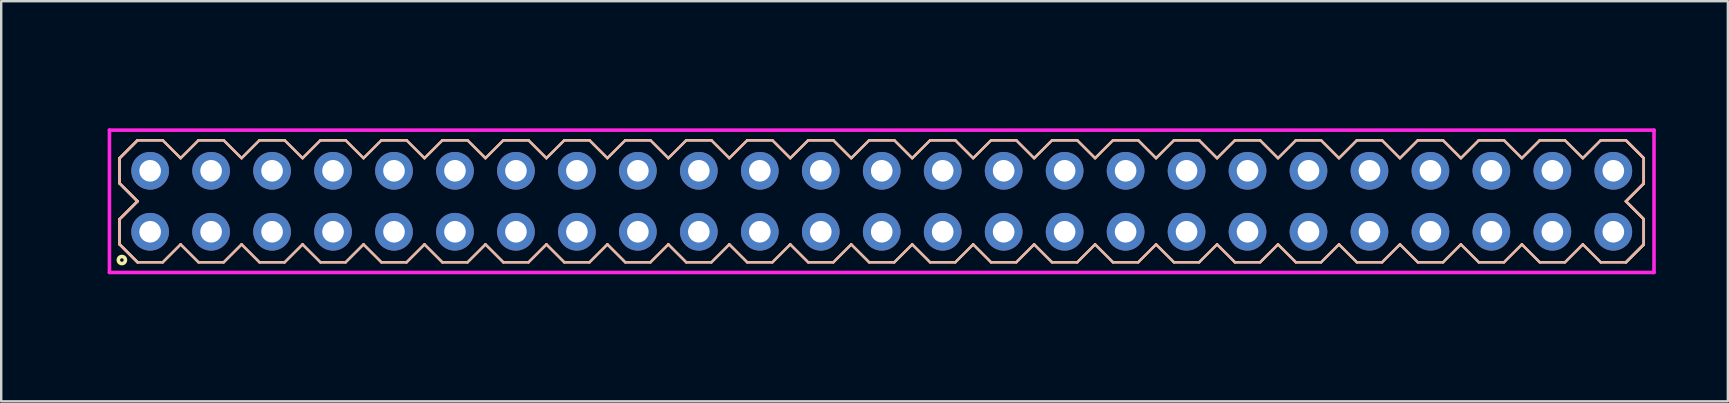
<source format=kicad_pcb>
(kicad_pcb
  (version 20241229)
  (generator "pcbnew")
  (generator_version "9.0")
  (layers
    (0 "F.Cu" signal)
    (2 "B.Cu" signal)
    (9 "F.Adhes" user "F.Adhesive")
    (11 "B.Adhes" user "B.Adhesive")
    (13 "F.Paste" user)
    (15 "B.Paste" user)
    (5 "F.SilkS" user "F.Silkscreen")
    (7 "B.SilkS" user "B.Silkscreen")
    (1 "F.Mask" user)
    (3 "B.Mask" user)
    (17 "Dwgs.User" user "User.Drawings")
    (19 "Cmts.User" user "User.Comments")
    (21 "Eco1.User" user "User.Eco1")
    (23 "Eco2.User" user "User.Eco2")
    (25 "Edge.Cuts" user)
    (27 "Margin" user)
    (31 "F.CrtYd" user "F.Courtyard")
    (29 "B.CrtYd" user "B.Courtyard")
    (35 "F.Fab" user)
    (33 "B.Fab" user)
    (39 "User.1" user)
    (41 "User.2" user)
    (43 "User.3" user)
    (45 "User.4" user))
  (footprint "HDR254P25x2"
    (layer "F.Cu")
    (at 33.685 5.336)
    (property "Reference" "HDR254P25x2" (at -32.925 0 90) (layer "User.1") (effects (font (size 1 1) (thickness 0.1))))
    (attr through_hole)
    (fp_line (start -31.75 -1.796) (end -31.006 -2.54) (stroke (width 0.1) (type solid)) (layer "F.SilkS"))
    (fp_line (start -31.75 -1.796) (end -31.006 -2.54) (stroke (width 0.1) (type solid)) (layer "F.SilkS"))
    (fp_line (start -31.75 -0.744) (end -31.75 -1.796) (stroke (width 0.1) (type solid)) (layer "F.SilkS"))
    (fp_line (start -31.75 -0.744) (end -31.75 -1.796) (stroke (width 0.1) (type solid)) (layer "F.SilkS"))
    (fp_line (start -31.75 0.744) (end -31.006 0) (stroke (width 0.1) (type solid)) (layer "F.SilkS"))
    (fp_line (start -31.75 0.744) (end -31.006 0) (stroke (width 0.1) (type solid)) (layer "F.SilkS"))
    (fp_line (start -31.75 1.796) (end -31.75 0.744) (stroke (width 0.1) (type solid)) (layer "F.SilkS"))
    (fp_line (start -31.75 1.796) (end -31.75 0.744) (stroke (width 0.1) (type solid)) (layer "F.SilkS"))
    (fp_line (start -31.006 -2.54) (end -29.954 -2.54) (stroke (width 0.1) (type solid)) (layer "F.SilkS"))
    (fp_line (start -31.006 0) (end -31.75 -0.744) (stroke (width 0.1) (type solid)) (layer "F.SilkS"))
    (fp_line (start -31.006 0) (end -31.75 -0.744) (stroke (width 0.1) (type solid)) (layer "F.SilkS"))
    (fp_line (start -31.006 2.54) (end -31.75 1.796) (stroke (width 0.1) (type solid)) (layer "F.SilkS"))
    (fp_line (start -31.006 2.54) (end -31.75 1.796) (stroke (width 0.1) (type solid)) (layer "F.SilkS"))
    (fp_line (start -29.954 -2.54) (end -29.21 -1.796) (stroke (width 0.1) (type solid)) (layer "F.SilkS"))
    (fp_line (start -29.954 2.54) (end -31.006 2.54) (stroke (width 0.1) (type solid)) (layer "F.SilkS"))
    (fp_line (start -29.21 -1.796) (end -28.466 -2.54) (stroke (width 0.1) (type solid)) (layer "F.SilkS"))
    (fp_line (start -29.21 1.796) (end -29.954 2.54) (stroke (width 0.1) (type solid)) (layer "F.SilkS"))
    (fp_line (start -28.466 -2.54) (end -27.414 -2.54) (stroke (width 0.1) (type solid)) (layer "F.SilkS"))
    (fp_line (start -28.466 2.54) (end -29.21 1.796) (stroke (width 0.1) (type solid)) (layer "F.SilkS"))
    (fp_line (start -27.414 -2.54) (end -26.67 -1.796) (stroke (width 0.1) (type solid)) (layer "F.SilkS"))
    (fp_line (start -27.414 2.54) (end -28.466 2.54) (stroke (width 0.1) (type solid)) (layer "F.SilkS"))
    (fp_line (start -26.67 -1.796) (end -25.926 -2.54) (stroke (width 0.1) (type solid)) (layer "F.SilkS"))
    (fp_line (start -26.67 1.796) (end -27.414 2.54) (stroke (width 0.1) (type solid)) (layer "F.SilkS"))
    (fp_line (start -25.926 -2.54) (end -24.874 -2.54) (stroke (width 0.1) (type solid)) (layer "F.SilkS"))
    (fp_line (start -25.926 2.54) (end -26.67 1.796) (stroke (width 0.1) (type solid)) (layer "F.SilkS"))
    (fp_line (start -24.874 -2.54) (end -24.13 -1.796) (stroke (width 0.1) (type solid)) (layer "F.SilkS"))
    (fp_line (start -24.874 2.54) (end -25.926 2.54) (stroke (width 0.1) (type solid)) (layer "F.SilkS"))
    (fp_line (start -24.13 -1.796) (end -23.386 -2.54) (stroke (width 0.1) (type solid)) (layer "F.SilkS"))
    (fp_line (start -24.13 1.796) (end -24.874 2.54) (stroke (width 0.1) (type solid)) (layer "F.SilkS"))
    (fp_line (start -23.386 -2.54) (end -22.334 -2.54) (stroke (width 0.1) (type solid)) (layer "F.SilkS"))
    (fp_line (start -23.386 2.54) (end -24.13 1.796) (stroke (width 0.1) (type solid)) (layer "F.SilkS"))
    (fp_line (start -22.334 -2.54) (end -21.59 -1.796) (stroke (width 0.1) (type solid)) (layer "F.SilkS"))
    (fp_line (start -22.334 2.54) (end -23.386 2.54) (stroke (width 0.1) (type solid)) (layer "F.SilkS"))
    (fp_line (start -21.59 -1.796) (end -20.846 -2.54) (stroke (width 0.1) (type solid)) (layer "F.SilkS"))
    (fp_line (start -21.59 1.796) (end -22.334 2.54) (stroke (width 0.1) (type solid)) (layer "F.SilkS"))
    (fp_line (start -20.846 -2.54) (end -19.794 -2.54) (stroke (width 0.1) (type solid)) (layer "F.SilkS"))
    (fp_line (start -20.846 2.54) (end -21.59 1.796) (stroke (width 0.1) (type solid)) (layer "F.SilkS"))
    (fp_line (start -19.794 -2.54) (end -19.05 -1.796) (stroke (width 0.1) (type solid)) (layer "F.SilkS"))
    (fp_line (start -19.794 2.54) (end -20.846 2.54) (stroke (width 0.1) (type solid)) (layer "F.SilkS"))
    (fp_line (start -19.05 -1.796) (end -18.306 -2.54) (stroke (width 0.1) (type solid)) (layer "F.SilkS"))
    (fp_line (start -19.05 1.796) (end -19.794 2.54) (stroke (width 0.1) (type solid)) (layer "F.SilkS"))
    (fp_line (start -18.306 -2.54) (end -17.254 -2.54) (stroke (width 0.1) (type solid)) (layer "F.SilkS"))
    (fp_line (start -18.306 2.54) (end -19.05 1.796) (stroke (width 0.1) (type solid)) (layer "F.SilkS"))
    (fp_line (start -17.254 -2.54) (end -16.51 -1.796) (stroke (width 0.1) (type solid)) (layer "F.SilkS"))
    (fp_line (start -17.254 2.54) (end -18.306 2.54) (stroke (width 0.1) (type solid)) (layer "F.SilkS"))
    (fp_line (start -16.51 -1.796) (end -15.766 -2.54) (stroke (width 0.1) (type solid)) (layer "F.SilkS"))
    (fp_line (start -16.51 1.796) (end -17.254 2.54) (stroke (width 0.1) (type solid)) (layer "F.SilkS"))
    (fp_line (start -15.766 -2.54) (end -14.714 -2.54) (stroke (width 0.1) (type solid)) (layer "F.SilkS"))
    (fp_line (start -15.766 2.54) (end -16.51 1.796) (stroke (width 0.1) (type solid)) (layer "F.SilkS"))
    (fp_line (start -14.714 -2.54) (end -13.97 -1.796) (stroke (width 0.1) (type solid)) (layer "F.SilkS"))
    (fp_line (start -14.714 2.54) (end -15.766 2.54) (stroke (width 0.1) (type solid)) (layer "F.SilkS"))
    (fp_line (start -13.97 -1.796) (end -13.226 -2.54) (stroke (width 0.1) (type solid)) (layer "F.SilkS"))
    (fp_line (start -13.97 1.796) (end -14.714 2.54) (stroke (width 0.1) (type solid)) (layer "F.SilkS"))
    (fp_line (start -13.226 -2.54) (end -12.174 -2.54) (stroke (width 0.1) (type solid)) (layer "F.SilkS"))
    (fp_line (start -13.226 2.54) (end -13.97 1.796) (stroke (width 0.1) (type solid)) (layer "F.SilkS"))
    (fp_line (start -12.174 -2.54) (end -11.43 -1.796) (stroke (width 0.1) (type solid)) (layer "F.SilkS"))
    (fp_line (start -12.174 2.54) (end -13.226 2.54) (stroke (width 0.1) (type solid)) (layer "F.SilkS"))
    (fp_line (start -11.43 -1.796) (end -10.686 -2.54) (stroke (width 0.1) (type solid)) (layer "F.SilkS"))
    (fp_line (start -11.43 1.796) (end -12.174 2.54) (stroke (width 0.1) (type solid)) (layer "F.SilkS"))
    (fp_line (start -10.686 -2.54) (end -9.634 -2.54) (stroke (width 0.1) (type solid)) (layer "F.SilkS"))
    (fp_line (start -10.686 2.54) (end -11.43 1.796) (stroke (width 0.1) (type solid)) (layer "F.SilkS"))
    (fp_line (start -9.634 -2.54) (end -8.89 -1.796) (stroke (width 0.1) (type solid)) (layer "F.SilkS"))
    (fp_line (start -9.634 2.54) (end -10.686 2.54) (stroke (width 0.1) (type solid)) (layer "F.SilkS"))
    (fp_line (start -8.89 -1.796) (end -8.146 -2.54) (stroke (width 0.1) (type solid)) (layer "F.SilkS"))
    (fp_line (start -8.89 1.796) (end -9.634 2.54) (stroke (width 0.1) (type solid)) (layer "F.SilkS"))
    (fp_line (start -8.146 -2.54) (end -7.094 -2.54) (stroke (width 0.1) (type solid)) (layer "F.SilkS"))
    (fp_line (start -8.146 2.54) (end -8.89 1.796) (stroke (width 0.1) (type solid)) (layer "F.SilkS"))
    (fp_line (start -7.094 -2.54) (end -6.35 -1.796) (stroke (width 0.1) (type solid)) (layer "F.SilkS"))
    (fp_line (start -7.094 2.54) (end -8.146 2.54) (stroke (width 0.1) (type solid)) (layer "F.SilkS"))
    (fp_line (start -6.35 -1.796) (end -5.606 -2.54) (stroke (width 0.1) (type solid)) (layer "F.SilkS"))
    (fp_line (start -6.35 1.796) (end -7.094 2.54) (stroke (width 0.1) (type solid)) (layer "F.SilkS"))
    (fp_line (start -5.606 -2.54) (end -4.554 -2.54) (stroke (width 0.1) (type solid)) (layer "F.SilkS"))
    (fp_line (start -5.606 2.54) (end -6.35 1.796) (stroke (width 0.1) (type solid)) (layer "F.SilkS"))
    (fp_line (start -4.554 -2.54) (end -3.81 -1.796) (stroke (width 0.1) (type solid)) (layer "F.SilkS"))
    (fp_line (start -4.554 2.54) (end -5.606 2.54) (stroke (width 0.1) (type solid)) (layer "F.SilkS"))
    (fp_line (start -3.81 -1.796) (end -3.066 -2.54) (stroke (width 0.1) (type solid)) (layer "F.SilkS"))
    (fp_line (start -3.81 1.796) (end -4.554 2.54) (stroke (width 0.1) (type solid)) (layer "F.SilkS"))
    (fp_line (start -3.066 -2.54) (end -2.014 -2.54) (stroke (width 0.1) (type solid)) (layer "F.SilkS"))
    (fp_line (start -3.066 2.54) (end -3.81 1.796) (stroke (width 0.1) (type solid)) (layer "F.SilkS"))
    (fp_line (start -2.014 -2.54) (end -1.27 -1.796) (stroke (width 0.1) (type solid)) (layer "F.SilkS"))
    (fp_line (start -2.014 2.54) (end -3.066 2.54) (stroke (width 0.1) (type solid)) (layer "F.SilkS"))
    (fp_line (start -1.27 -1.796) (end -0.526 -2.54) (stroke (width 0.1) (type solid)) (layer "F.SilkS"))
    (fp_line (start -1.27 1.796) (end -2.014 2.54) (stroke (width 0.1) (type solid)) (layer "F.SilkS"))
    (fp_line (start -0.526 -2.54) (end 0.526 -2.54) (stroke (width 0.1) (type solid)) (layer "F.SilkS"))
    (fp_line (start -0.526 2.54) (end -1.27 1.796) (stroke (width 0.1) (type solid)) (layer "F.SilkS"))
    (fp_line (start 0.526 -2.54) (end 1.27 -1.796) (stroke (width 0.1) (type solid)) (layer "F.SilkS"))
    (fp_line (start 0.526 2.54) (end -0.526 2.54) (stroke (width 0.1) (type solid)) (layer "F.SilkS"))
    (fp_line (start 1.27 -1.796) (end 2.014 -2.54) (stroke (width 0.1) (type solid)) (layer "F.SilkS"))
    (fp_line (start 1.27 1.796) (end 0.526 2.54) (stroke (width 0.1) (type solid)) (layer "F.SilkS"))
    (fp_line (start 2.014 -2.54) (end 3.066 -2.54) (stroke (width 0.1) (type solid)) (layer "F.SilkS"))
    (fp_line (start 2.014 2.54) (end 1.27 1.796) (stroke (width 0.1) (type solid)) (layer "F.SilkS"))
    (fp_line (start 3.066 -2.54) (end 3.81 -1.796) (stroke (width 0.1) (type solid)) (layer "F.SilkS"))
    (fp_line (start 3.066 2.54) (end 2.014 2.54) (stroke (width 0.1) (type solid)) (layer "F.SilkS"))
    (fp_line (start 3.81 -1.796) (end 4.554 -2.54) (stroke (width 0.1) (type solid)) (layer "F.SilkS"))
    (fp_line (start 3.81 1.796) (end 3.066 2.54) (stroke (width 0.1) (type solid)) (layer "F.SilkS"))
    (fp_line (start 4.554 -2.54) (end 5.606 -2.54) (stroke (width 0.1) (type solid)) (layer "F.SilkS"))
    (fp_line (start 4.554 2.54) (end 3.81 1.796) (stroke (width 0.1) (type solid)) (layer "F.SilkS"))
    (fp_line (start 5.606 -2.54) (end 6.35 -1.796) (stroke (width 0.1) (type solid)) (layer "F.SilkS"))
    (fp_line (start 5.606 2.54) (end 4.554 2.54) (stroke (width 0.1) (type solid)) (layer "F.SilkS"))
    (fp_line (start 6.35 -1.796) (end 7.094 -2.54) (stroke (width 0.1) (type solid)) (layer "F.SilkS"))
    (fp_line (start 6.35 1.796) (end 5.606 2.54) (stroke (width 0.1) (type solid)) (layer "F.SilkS"))
    (fp_line (start 7.094 -2.54) (end 8.146 -2.54) (stroke (width 0.1) (type solid)) (layer "F.SilkS"))
    (fp_line (start 7.094 2.54) (end 6.35 1.796) (stroke (width 0.1) (type solid)) (layer "F.SilkS"))
    (fp_line (start 8.146 -2.54) (end 8.89 -1.796) (stroke (width 0.1) (type solid)) (layer "F.SilkS"))
    (fp_line (start 8.146 2.54) (end 7.094 2.54) (stroke (width 0.1) (type solid)) (layer "F.SilkS"))
    (fp_line (start 8.89 -1.796) (end 9.634 -2.54) (stroke (width 0.1) (type solid)) (layer "F.SilkS"))
    (fp_line (start 8.89 1.796) (end 8.146 2.54) (stroke (width 0.1) (type solid)) (layer "F.SilkS"))
    (fp_line (start 9.634 -2.54) (end 10.686 -2.54) (stroke (width 0.1) (type solid)) (layer "F.SilkS"))
    (fp_line (start 9.634 2.54) (end 8.89 1.796) (stroke (width 0.1) (type solid)) (layer "F.SilkS"))
    (fp_line (start 10.686 -2.54) (end 11.43 -1.796) (stroke (width 0.1) (type solid)) (layer "F.SilkS"))
    (fp_line (start 10.686 2.54) (end 9.634 2.54) (stroke (width 0.1) (type solid)) (layer "F.SilkS"))
    (fp_line (start 11.43 -1.796) (end 12.174 -2.54) (stroke (width 0.1) (type solid)) (layer "F.SilkS"))
    (fp_line (start 11.43 1.796) (end 10.686 2.54) (stroke (width 0.1) (type solid)) (layer "F.SilkS"))
    (fp_line (start 12.174 -2.54) (end 13.226 -2.54) (stroke (width 0.1) (type solid)) (layer "F.SilkS"))
    (fp_line (start 12.174 2.54) (end 11.43 1.796) (stroke (width 0.1) (type solid)) (layer "F.SilkS"))
    (fp_line (start 13.226 -2.54) (end 13.97 -1.796) (stroke (width 0.1) (type solid)) (layer "F.SilkS"))
    (fp_line (start 13.226 2.54) (end 12.174 2.54) (stroke (width 0.1) (type solid)) (layer "F.SilkS"))
    (fp_line (start 13.97 -1.796) (end 14.714 -2.54) (stroke (width 0.1) (type solid)) (layer "F.SilkS"))
    (fp_line (start 13.97 1.796) (end 13.226 2.54) (stroke (width 0.1) (type solid)) (layer "F.SilkS"))
    (fp_line (start 14.714 -2.54) (end 15.766 -2.54) (stroke (width 0.1) (type solid)) (layer "F.SilkS"))
    (fp_line (start 14.714 2.54) (end 13.97 1.796) (stroke (width 0.1) (type solid)) (layer "F.SilkS"))
    (fp_line (start 15.766 -2.54) (end 16.51 -1.796) (stroke (width 0.1) (type solid)) (layer "F.SilkS"))
    (fp_line (start 15.766 2.54) (end 14.714 2.54) (stroke (width 0.1) (type solid)) (layer "F.SilkS"))
    (fp_line (start 16.51 -1.796) (end 17.254 -2.54) (stroke (width 0.1) (type solid)) (layer "F.SilkS"))
    (fp_line (start 16.51 1.796) (end 15.766 2.54) (stroke (width 0.1) (type solid)) (layer "F.SilkS"))
    (fp_line (start 17.254 -2.54) (end 18.306 -2.54) (stroke (width 0.1) (type solid)) (layer "F.SilkS"))
    (fp_line (start 17.254 2.54) (end 16.51 1.796) (stroke (width 0.1) (type solid)) (layer "F.SilkS"))
    (fp_line (start 18.306 -2.54) (end 19.05 -1.796) (stroke (width 0.1) (type solid)) (layer "F.SilkS"))
    (fp_line (start 18.306 2.54) (end 17.254 2.54) (stroke (width 0.1) (type solid)) (layer "F.SilkS"))
    (fp_line (start 19.05 -1.796) (end 19.794 -2.54) (stroke (width 0.1) (type solid)) (layer "F.SilkS"))
    (fp_line (start 19.05 1.796) (end 18.306 2.54) (stroke (width 0.1) (type solid)) (layer "F.SilkS"))
    (fp_line (start 19.794 -2.54) (end 20.846 -2.54) (stroke (width 0.1) (type solid)) (layer "F.SilkS"))
    (fp_line (start 19.794 2.54) (end 19.05 1.796) (stroke (width 0.1) (type solid)) (layer "F.SilkS"))
    (fp_line (start 20.846 -2.54) (end 21.59 -1.796) (stroke (width 0.1) (type solid)) (layer "F.SilkS"))
    (fp_line (start 20.846 2.54) (end 19.794 2.54) (stroke (width 0.1) (type solid)) (layer "F.SilkS"))
    (fp_line (start 21.59 -1.796) (end 22.334 -2.54) (stroke (width 0.1) (type solid)) (layer "F.SilkS"))
    (fp_line (start 21.59 1.796) (end 20.846 2.54) (stroke (width 0.1) (type solid)) (layer "F.SilkS"))
    (fp_line (start 22.334 -2.54) (end 23.386 -2.54) (stroke (width 0.1) (type solid)) (layer "F.SilkS"))
    (fp_line (start 22.334 2.54) (end 21.59 1.796) (stroke (width 0.1) (type solid)) (layer "F.SilkS"))
    (fp_line (start 23.386 -2.54) (end 24.13 -1.796) (stroke (width 0.1) (type solid)) (layer "F.SilkS"))
    (fp_line (start 23.386 2.54) (end 22.334 2.54) (stroke (width 0.1) (type solid)) (layer "F.SilkS"))
    (fp_line (start 24.13 -1.796) (end 24.874 -2.54) (stroke (width 0.1) (type solid)) (layer "F.SilkS"))
    (fp_line (start 24.13 1.796) (end 23.386 2.54) (stroke (width 0.1) (type solid)) (layer "F.SilkS"))
    (fp_line (start 24.874 -2.54) (end 25.926 -2.54) (stroke (width 0.1) (type solid)) (layer "F.SilkS"))
    (fp_line (start 24.874 2.54) (end 24.13 1.796) (stroke (width 0.1) (type solid)) (layer "F.SilkS"))
    (fp_line (start 25.926 -2.54) (end 26.67 -1.796) (stroke (width 0.1) (type solid)) (layer "F.SilkS"))
    (fp_line (start 25.926 2.54) (end 24.874 2.54) (stroke (width 0.1) (type solid)) (layer "F.SilkS"))
    (fp_line (start 26.67 -1.796) (end 27.414 -2.54) (stroke (width 0.1) (type solid)) (layer "F.SilkS"))
    (fp_line (start 26.67 1.796) (end 25.926 2.54) (stroke (width 0.1) (type solid)) (layer "F.SilkS"))
    (fp_line (start 27.414 -2.54) (end 28.466 -2.54) (stroke (width 0.1) (type solid)) (layer "F.SilkS"))
    (fp_line (start 27.414 2.54) (end 26.67 1.796) (stroke (width 0.1) (type solid)) (layer "F.SilkS"))
    (fp_line (start 28.466 -2.54) (end 29.21 -1.796) (stroke (width 0.1) (type solid)) (layer "F.SilkS"))
    (fp_line (start 28.466 2.54) (end 27.414 2.54) (stroke (width 0.1) (type solid)) (layer "F.SilkS"))
    (fp_line (start 29.21 -1.796) (end 29.954 -2.54) (stroke (width 0.1) (type solid)) (layer "F.SilkS"))
    (fp_line (start 29.21 1.796) (end 28.466 2.54) (stroke (width 0.1) (type solid)) (layer "F.SilkS"))
    (fp_line (start 29.954 -2.54) (end 31.006 -2.54) (stroke (width 0.1) (type solid)) (layer "F.SilkS"))
    (fp_line (start 29.954 2.54) (end 29.21 1.796) (stroke (width 0.1) (type solid)) (layer "F.SilkS"))
    (fp_line (start 31.006 -2.54) (end 31.75 -1.796) (stroke (width 0.1) (type solid)) (layer "F.SilkS"))
    (fp_line (start 31.006 -2.54) (end 31.75 -1.796) (stroke (width 0.1) (type solid)) (layer "F.SilkS"))
    (fp_line (start 31.006 0) (end 31.75 0.744) (stroke (width 0.1) (type solid)) (layer "F.SilkS"))
    (fp_line (start 31.006 0) (end 31.75 0.744) (stroke (width 0.1) (type solid)) (layer "F.SilkS"))
    (fp_line (start 31.006 2.54) (end 29.954 2.54) (stroke (width 0.1) (type solid)) (layer "F.SilkS"))
    (fp_line (start 31.75 -1.796) (end 31.75 -0.744) (stroke (width 0.1) (type solid)) (layer "F.SilkS"))
    (fp_line (start 31.75 -1.796) (end 31.75 -0.744) (stroke (width 0.1) (type solid)) (layer "F.SilkS"))
    (fp_line (start 31.75 -0.744) (end 31.006 0) (stroke (width 0.1) (type solid)) (layer "F.SilkS"))
    (fp_line (start 31.75 -0.744) (end 31.006 0) (stroke (width 0.1) (type solid)) (layer "F.SilkS"))
    (fp_line (start 31.75 0.744) (end 31.75 1.796) (stroke (width 0.1) (type solid)) (layer "F.SilkS"))
    (fp_line (start 31.75 0.744) (end 31.75 1.796) (stroke (width 0.1) (type solid)) (layer "F.SilkS"))
    (fp_line (start 31.75 1.796) (end 31.006 2.54) (stroke (width 0.1) (type solid)) (layer "F.SilkS"))
    (fp_line (start 31.75 1.796) (end 31.006 2.54) (stroke (width 0.1) (type solid)) (layer "F.SilkS"))
    (fp_circle (center -31.657 2.448) (end -31.508 2.448) (stroke (width 0.15) (type solid)) (fill no) (layer "F.SilkS"))
    (fp_line (start -31.75 -1.796) (end -31.006 -2.54) (stroke (width 0.1) (type solid)) (layer "B.SilkS"))
    (fp_line (start -31.75 -1.796) (end -31.006 -2.54) (stroke (width 0.1) (type solid)) (layer "B.SilkS"))
    (fp_line (start -31.75 -0.744) (end -31.75 -1.796) (stroke (width 0.1) (type solid)) (layer "B.SilkS"))
    (fp_line (start -31.75 -0.744) (end -31.75 -1.796) (stroke (width 0.1) (type solid)) (layer "B.SilkS"))
    (fp_line (start -31.75 0.744) (end -31.006 0) (stroke (width 0.1) (type solid)) (layer "B.SilkS"))
    (fp_line (start -31.75 0.744) (end -31.006 0) (stroke (width 0.1) (type solid)) (layer "B.SilkS"))
    (fp_line (start -31.75 1.796) (end -31.75 0.744) (stroke (width 0.1) (type solid)) (layer "B.SilkS"))
    (fp_line (start -31.75 1.796) (end -31.75 0.744) (stroke (width 0.1) (type solid)) (layer "B.SilkS"))
    (fp_line (start -31.006 -2.54) (end -29.954 -2.54) (stroke (width 0.1) (type solid)) (layer "B.SilkS"))
    (fp_line (start -31.006 0) (end -31.75 -0.744) (stroke (width 0.1) (type solid)) (layer "B.SilkS"))
    (fp_line (start -31.006 0) (end -31.75 -0.744) (stroke (width 0.1) (type solid)) (layer "B.SilkS"))
    (fp_line (start -31.006 2.54) (end -31.75 1.796) (stroke (width 0.1) (type solid)) (layer "B.SilkS"))
    (fp_line (start -31.006 2.54) (end -31.75 1.796) (stroke (width 0.1) (type solid)) (layer "B.SilkS"))
    (fp_line (start -29.954 -2.54) (end -29.21 -1.796) (stroke (width 0.1) (type solid)) (layer "B.SilkS"))
    (fp_line (start -29.954 2.54) (end -31.006 2.54) (stroke (width 0.1) (type solid)) (layer "B.SilkS"))
    (fp_line (start -29.21 -1.796) (end -28.466 -2.54) (stroke (width 0.1) (type solid)) (layer "B.SilkS"))
    (fp_line (start -29.21 1.796) (end -29.954 2.54) (stroke (width 0.1) (type solid)) (layer "B.SilkS"))
    (fp_line (start -28.466 -2.54) (end -27.414 -2.54) (stroke (width 0.1) (type solid)) (layer "B.SilkS"))
    (fp_line (start -28.466 2.54) (end -29.21 1.796) (stroke (width 0.1) (type solid)) (layer "B.SilkS"))
    (fp_line (start -27.414 -2.54) (end -26.67 -1.796) (stroke (width 0.1) (type solid)) (layer "B.SilkS"))
    (fp_line (start -27.414 2.54) (end -28.466 2.54) (stroke (width 0.1) (type solid)) (layer "B.SilkS"))
    (fp_line (start -26.67 -1.796) (end -25.926 -2.54) (stroke (width 0.1) (type solid)) (layer "B.SilkS"))
    (fp_line (start -26.67 1.796) (end -27.414 2.54) (stroke (width 0.1) (type solid)) (layer "B.SilkS"))
    (fp_line (start -25.926 -2.54) (end -24.874 -2.54) (stroke (width 0.1) (type solid)) (layer "B.SilkS"))
    (fp_line (start -25.926 2.54) (end -26.67 1.796) (stroke (width 0.1) (type solid)) (layer "B.SilkS"))
    (fp_line (start -24.874 -2.54) (end -24.13 -1.796) (stroke (width 0.1) (type solid)) (layer "B.SilkS"))
    (fp_line (start -24.874 2.54) (end -25.926 2.54) (stroke (width 0.1) (type solid)) (layer "B.SilkS"))
    (fp_line (start -24.13 -1.796) (end -23.386 -2.54) (stroke (width 0.1) (type solid)) (layer "B.SilkS"))
    (fp_line (start -24.13 1.796) (end -24.874 2.54) (stroke (width 0.1) (type solid)) (layer "B.SilkS"))
    (fp_line (start -23.386 -2.54) (end -22.334 -2.54) (stroke (width 0.1) (type solid)) (layer "B.SilkS"))
    (fp_line (start -23.386 2.54) (end -24.13 1.796) (stroke (width 0.1) (type solid)) (layer "B.SilkS"))
    (fp_line (start -22.334 -2.54) (end -21.59 -1.796) (stroke (width 0.1) (type solid)) (layer "B.SilkS"))
    (fp_line (start -22.334 2.54) (end -23.386 2.54) (stroke (width 0.1) (type solid)) (layer "B.SilkS"))
    (fp_line (start -21.59 -1.796) (end -20.846 -2.54) (stroke (width 0.1) (type solid)) (layer "B.SilkS"))
    (fp_line (start -21.59 1.796) (end -22.334 2.54) (stroke (width 0.1) (type solid)) (layer "B.SilkS"))
    (fp_line (start -20.846 -2.54) (end -19.794 -2.54) (stroke (width 0.1) (type solid)) (layer "B.SilkS"))
    (fp_line (start -20.846 2.54) (end -21.59 1.796) (stroke (width 0.1) (type solid)) (layer "B.SilkS"))
    (fp_line (start -19.794 -2.54) (end -19.05 -1.796) (stroke (width 0.1) (type solid)) (layer "B.SilkS"))
    (fp_line (start -19.794 2.54) (end -20.846 2.54) (stroke (width 0.1) (type solid)) (layer "B.SilkS"))
    (fp_line (start -19.05 -1.796) (end -18.306 -2.54) (stroke (width 0.1) (type solid)) (layer "B.SilkS"))
    (fp_line (start -19.05 1.796) (end -19.794 2.54) (stroke (width 0.1) (type solid)) (layer "B.SilkS"))
    (fp_line (start -18.306 -2.54) (end -17.254 -2.54) (stroke (width 0.1) (type solid)) (layer "B.SilkS"))
    (fp_line (start -18.306 2.54) (end -19.05 1.796) (stroke (width 0.1) (type solid)) (layer "B.SilkS"))
    (fp_line (start -17.254 -2.54) (end -16.51 -1.796) (stroke (width 0.1) (type solid)) (layer "B.SilkS"))
    (fp_line (start -17.254 2.54) (end -18.306 2.54) (stroke (width 0.1) (type solid)) (layer "B.SilkS"))
    (fp_line (start -16.51 -1.796) (end -15.766 -2.54) (stroke (width 0.1) (type solid)) (layer "B.SilkS"))
    (fp_line (start -16.51 1.796) (end -17.254 2.54) (stroke (width 0.1) (type solid)) (layer "B.SilkS"))
    (fp_line (start -15.766 -2.54) (end -14.714 -2.54) (stroke (width 0.1) (type solid)) (layer "B.SilkS"))
    (fp_line (start -15.766 2.54) (end -16.51 1.796) (stroke (width 0.1) (type solid)) (layer "B.SilkS"))
    (fp_line (start -14.714 -2.54) (end -13.97 -1.796) (stroke (width 0.1) (type solid)) (layer "B.SilkS"))
    (fp_line (start -14.714 2.54) (end -15.766 2.54) (stroke (width 0.1) (type solid)) (layer "B.SilkS"))
    (fp_line (start -13.97 -1.796) (end -13.226 -2.54) (stroke (width 0.1) (type solid)) (layer "B.SilkS"))
    (fp_line (start -13.97 1.796) (end -14.714 2.54) (stroke (width 0.1) (type solid)) (layer "B.SilkS"))
    (fp_line (start -13.226 -2.54) (end -12.174 -2.54) (stroke (width 0.1) (type solid)) (layer "B.SilkS"))
    (fp_line (start -13.226 2.54) (end -13.97 1.796) (stroke (width 0.1) (type solid)) (layer "B.SilkS"))
    (fp_line (start -12.174 -2.54) (end -11.43 -1.796) (stroke (width 0.1) (type solid)) (layer "B.SilkS"))
    (fp_line (start -12.174 2.54) (end -13.226 2.54) (stroke (width 0.1) (type solid)) (layer "B.SilkS"))
    (fp_line (start -11.43 -1.796) (end -10.686 -2.54) (stroke (width 0.1) (type solid)) (layer "B.SilkS"))
    (fp_line (start -11.43 1.796) (end -12.174 2.54) (stroke (width 0.1) (type solid)) (layer "B.SilkS"))
    (fp_line (start -10.686 -2.54) (end -9.634 -2.54) (stroke (width 0.1) (type solid)) (layer "B.SilkS"))
    (fp_line (start -10.686 2.54) (end -11.43 1.796) (stroke (width 0.1) (type solid)) (layer "B.SilkS"))
    (fp_line (start -9.634 -2.54) (end -8.89 -1.796) (stroke (width 0.1) (type solid)) (layer "B.SilkS"))
    (fp_line (start -9.634 2.54) (end -10.686 2.54) (stroke (width 0.1) (type solid)) (layer "B.SilkS"))
    (fp_line (start -8.89 -1.796) (end -8.146 -2.54) (stroke (width 0.1) (type solid)) (layer "B.SilkS"))
    (fp_line (start -8.89 1.796) (end -9.634 2.54) (stroke (width 0.1) (type solid)) (layer "B.SilkS"))
    (fp_line (start -8.146 -2.54) (end -7.094 -2.54) (stroke (width 0.1) (type solid)) (layer "B.SilkS"))
    (fp_line (start -8.146 2.54) (end -8.89 1.796) (stroke (width 0.1) (type solid)) (layer "B.SilkS"))
    (fp_line (start -7.094 -2.54) (end -6.35 -1.796) (stroke (width 0.1) (type solid)) (layer "B.SilkS"))
    (fp_line (start -7.094 2.54) (end -8.146 2.54) (stroke (width 0.1) (type solid)) (layer "B.SilkS"))
    (fp_line (start -6.35 -1.796) (end -5.606 -2.54) (stroke (width 0.1) (type solid)) (layer "B.SilkS"))
    (fp_line (start -6.35 1.796) (end -7.094 2.54) (stroke (width 0.1) (type solid)) (layer "B.SilkS"))
    (fp_line (start -5.606 -2.54) (end -4.554 -2.54) (stroke (width 0.1) (type solid)) (layer "B.SilkS"))
    (fp_line (start -5.606 2.54) (end -6.35 1.796) (stroke (width 0.1) (type solid)) (layer "B.SilkS"))
    (fp_line (start -4.554 -2.54) (end -3.81 -1.796) (stroke (width 0.1) (type solid)) (layer "B.SilkS"))
    (fp_line (start -4.554 2.54) (end -5.606 2.54) (stroke (width 0.1) (type solid)) (layer "B.SilkS"))
    (fp_line (start -3.81 -1.796) (end -3.066 -2.54) (stroke (width 0.1) (type solid)) (layer "B.SilkS"))
    (fp_line (start -3.81 1.796) (end -4.554 2.54) (stroke (width 0.1) (type solid)) (layer "B.SilkS"))
    (fp_line (start -3.066 -2.54) (end -2.014 -2.54) (stroke (width 0.1) (type solid)) (layer "B.SilkS"))
    (fp_line (start -3.066 2.54) (end -3.81 1.796) (stroke (width 0.1) (type solid)) (layer "B.SilkS"))
    (fp_line (start -2.014 -2.54) (end -1.27 -1.796) (stroke (width 0.1) (type solid)) (layer "B.SilkS"))
    (fp_line (start -2.014 2.54) (end -3.066 2.54) (stroke (width 0.1) (type solid)) (layer "B.SilkS"))
    (fp_line (start -1.27 -1.796) (end -0.526 -2.54) (stroke (width 0.1) (type solid)) (layer "B.SilkS"))
    (fp_line (start -1.27 1.796) (end -2.014 2.54) (stroke (width 0.1) (type solid)) (layer "B.SilkS"))
    (fp_line (start -0.526 -2.54) (end 0.526 -2.54) (stroke (width 0.1) (type solid)) (layer "B.SilkS"))
    (fp_line (start -0.526 2.54) (end -1.27 1.796) (stroke (width 0.1) (type solid)) (layer "B.SilkS"))
    (fp_line (start 0.526 -2.54) (end 1.27 -1.796) (stroke (width 0.1) (type solid)) (layer "B.SilkS"))
    (fp_line (start 0.526 2.54) (end -0.526 2.54) (stroke (width 0.1) (type solid)) (layer "B.SilkS"))
    (fp_line (start 1.27 -1.796) (end 2.014 -2.54) (stroke (width 0.1) (type solid)) (layer "B.SilkS"))
    (fp_line (start 1.27 1.796) (end 0.526 2.54) (stroke (width 0.1) (type solid)) (layer "B.SilkS"))
    (fp_line (start 2.014 -2.54) (end 3.066 -2.54) (stroke (width 0.1) (type solid)) (layer "B.SilkS"))
    (fp_line (start 2.014 2.54) (end 1.27 1.796) (stroke (width 0.1) (type solid)) (layer "B.SilkS"))
    (fp_line (start 3.066 -2.54) (end 3.81 -1.796) (stroke (width 0.1) (type solid)) (layer "B.SilkS"))
    (fp_line (start 3.066 2.54) (end 2.014 2.54) (stroke (width 0.1) (type solid)) (layer "B.SilkS"))
    (fp_line (start 3.81 -1.796) (end 4.554 -2.54) (stroke (width 0.1) (type solid)) (layer "B.SilkS"))
    (fp_line (start 3.81 1.796) (end 3.066 2.54) (stroke (width 0.1) (type solid)) (layer "B.SilkS"))
    (fp_line (start 4.554 -2.54) (end 5.606 -2.54) (stroke (width 0.1) (type solid)) (layer "B.SilkS"))
    (fp_line (start 4.554 2.54) (end 3.81 1.796) (stroke (width 0.1) (type solid)) (layer "B.SilkS"))
    (fp_line (start 5.606 -2.54) (end 6.35 -1.796) (stroke (width 0.1) (type solid)) (layer "B.SilkS"))
    (fp_line (start 5.606 2.54) (end 4.554 2.54) (stroke (width 0.1) (type solid)) (layer "B.SilkS"))
    (fp_line (start 6.35 -1.796) (end 7.094 -2.54) (stroke (width 0.1) (type solid)) (layer "B.SilkS"))
    (fp_line (start 6.35 1.796) (end 5.606 2.54) (stroke (width 0.1) (type solid)) (layer "B.SilkS"))
    (fp_line (start 7.094 -2.54) (end 8.146 -2.54) (stroke (width 0.1) (type solid)) (layer "B.SilkS"))
    (fp_line (start 7.094 2.54) (end 6.35 1.796) (stroke (width 0.1) (type solid)) (layer "B.SilkS"))
    (fp_line (start 8.146 -2.54) (end 8.89 -1.796) (stroke (width 0.1) (type solid)) (layer "B.SilkS"))
    (fp_line (start 8.146 2.54) (end 7.094 2.54) (stroke (width 0.1) (type solid)) (layer "B.SilkS"))
    (fp_line (start 8.89 -1.796) (end 9.634 -2.54) (stroke (width 0.1) (type solid)) (layer "B.SilkS"))
    (fp_line (start 8.89 1.796) (end 8.146 2.54) (stroke (width 0.1) (type solid)) (layer "B.SilkS"))
    (fp_line (start 9.634 -2.54) (end 10.686 -2.54) (stroke (width 0.1) (type solid)) (layer "B.SilkS"))
    (fp_line (start 9.634 2.54) (end 8.89 1.796) (stroke (width 0.1) (type solid)) (layer "B.SilkS"))
    (fp_line (start 10.686 -2.54) (end 11.43 -1.796) (stroke (width 0.1) (type solid)) (layer "B.SilkS"))
    (fp_line (start 10.686 2.54) (end 9.634 2.54) (stroke (width 0.1) (type solid)) (layer "B.SilkS"))
    (fp_line (start 11.43 -1.796) (end 12.174 -2.54) (stroke (width 0.1) (type solid)) (layer "B.SilkS"))
    (fp_line (start 11.43 1.796) (end 10.686 2.54) (stroke (width 0.1) (type solid)) (layer "B.SilkS"))
    (fp_line (start 12.174 -2.54) (end 13.226 -2.54) (stroke (width 0.1) (type solid)) (layer "B.SilkS"))
    (fp_line (start 12.174 2.54) (end 11.43 1.796) (stroke (width 0.1) (type solid)) (layer "B.SilkS"))
    (fp_line (start 13.226 -2.54) (end 13.97 -1.796) (stroke (width 0.1) (type solid)) (layer "B.SilkS"))
    (fp_line (start 13.226 2.54) (end 12.174 2.54) (stroke (width 0.1) (type solid)) (layer "B.SilkS"))
    (fp_line (start 13.97 -1.796) (end 14.714 -2.54) (stroke (width 0.1) (type solid)) (layer "B.SilkS"))
    (fp_line (start 13.97 1.796) (end 13.226 2.54) (stroke (width 0.1) (type solid)) (layer "B.SilkS"))
    (fp_line (start 14.714 -2.54) (end 15.766 -2.54) (stroke (width 0.1) (type solid)) (layer "B.SilkS"))
    (fp_line (start 14.714 2.54) (end 13.97 1.796) (stroke (width 0.1) (type solid)) (layer "B.SilkS"))
    (fp_line (start 15.766 -2.54) (end 16.51 -1.796) (stroke (width 0.1) (type solid)) (layer "B.SilkS"))
    (fp_line (start 15.766 2.54) (end 14.714 2.54) (stroke (width 0.1) (type solid)) (layer "B.SilkS"))
    (fp_line (start 16.51 -1.796) (end 17.254 -2.54) (stroke (width 0.1) (type solid)) (layer "B.SilkS"))
    (fp_line (start 16.51 1.796) (end 15.766 2.54) (stroke (width 0.1) (type solid)) (layer "B.SilkS"))
    (fp_line (start 17.254 -2.54) (end 18.306 -2.54) (stroke (width 0.1) (type solid)) (layer "B.SilkS"))
    (fp_line (start 17.254 2.54) (end 16.51 1.796) (stroke (width 0.1) (type solid)) (layer "B.SilkS"))
    (fp_line (start 18.306 -2.54) (end 19.05 -1.796) (stroke (width 0.1) (type solid)) (layer "B.SilkS"))
    (fp_line (start 18.306 2.54) (end 17.254 2.54) (stroke (width 0.1) (type solid)) (layer "B.SilkS"))
    (fp_line (start 19.05 -1.796) (end 19.794 -2.54) (stroke (width 0.1) (type solid)) (layer "B.SilkS"))
    (fp_line (start 19.05 1.796) (end 18.306 2.54) (stroke (width 0.1) (type solid)) (layer "B.SilkS"))
    (fp_line (start 19.794 -2.54) (end 20.846 -2.54) (stroke (width 0.1) (type solid)) (layer "B.SilkS"))
    (fp_line (start 19.794 2.54) (end 19.05 1.796) (stroke (width 0.1) (type solid)) (layer "B.SilkS"))
    (fp_line (start 20.846 -2.54) (end 21.59 -1.796) (stroke (width 0.1) (type solid)) (layer "B.SilkS"))
    (fp_line (start 20.846 2.54) (end 19.794 2.54) (stroke (width 0.1) (type solid)) (layer "B.SilkS"))
    (fp_line (start 21.59 -1.796) (end 22.334 -2.54) (stroke (width 0.1) (type solid)) (layer "B.SilkS"))
    (fp_line (start 21.59 1.796) (end 20.846 2.54) (stroke (width 0.1) (type solid)) (layer "B.SilkS"))
    (fp_line (start 22.334 -2.54) (end 23.386 -2.54) (stroke (width 0.1) (type solid)) (layer "B.SilkS"))
    (fp_line (start 22.334 2.54) (end 21.59 1.796) (stroke (width 0.1) (type solid)) (layer "B.SilkS"))
    (fp_line (start 23.386 -2.54) (end 24.13 -1.796) (stroke (width 0.1) (type solid)) (layer "B.SilkS"))
    (fp_line (start 23.386 2.54) (end 22.334 2.54) (stroke (width 0.1) (type solid)) (layer "B.SilkS"))
    (fp_line (start 24.13 -1.796) (end 24.874 -2.54) (stroke (width 0.1) (type solid)) (layer "B.SilkS"))
    (fp_line (start 24.13 1.796) (end 23.386 2.54) (stroke (width 0.1) (type solid)) (layer "B.SilkS"))
    (fp_line (start 24.874 -2.54) (end 25.926 -2.54) (stroke (width 0.1) (type solid)) (layer "B.SilkS"))
    (fp_line (start 24.874 2.54) (end 24.13 1.796) (stroke (width 0.1) (type solid)) (layer "B.SilkS"))
    (fp_line (start 25.926 -2.54) (end 26.67 -1.796) (stroke (width 0.1) (type solid)) (layer "B.SilkS"))
    (fp_line (start 25.926 2.54) (end 24.874 2.54) (stroke (width 0.1) (type solid)) (layer "B.SilkS"))
    (fp_line (start 26.67 -1.796) (end 27.414 -2.54) (stroke (width 0.1) (type solid)) (layer "B.SilkS"))
    (fp_line (start 26.67 1.796) (end 25.926 2.54) (stroke (width 0.1) (type solid)) (layer "B.SilkS"))
    (fp_line (start 27.414 -2.54) (end 28.466 -2.54) (stroke (width 0.1) (type solid)) (layer "B.SilkS"))
    (fp_line (start 27.414 2.54) (end 26.67 1.796) (stroke (width 0.1) (type solid)) (layer "B.SilkS"))
    (fp_line (start 28.466 -2.54) (end 29.21 -1.796) (stroke (width 0.1) (type solid)) (layer "B.SilkS"))
    (fp_line (start 28.466 2.54) (end 27.414 2.54) (stroke (width 0.1) (type solid)) (layer "B.SilkS"))
    (fp_line (start 29.21 -1.796) (end 29.954 -2.54) (stroke (width 0.1) (type solid)) (layer "B.SilkS"))
    (fp_line (start 29.21 1.796) (end 28.466 2.54) (stroke (width 0.1) (type solid)) (layer "B.SilkS"))
    (fp_line (start 29.954 -2.54) (end 31.006 -2.54) (stroke (width 0.1) (type solid)) (layer "B.SilkS"))
    (fp_line (start 29.954 2.54) (end 29.21 1.796) (stroke (width 0.1) (type solid)) (layer "B.SilkS"))
    (fp_line (start 31.006 -2.54) (end 31.75 -1.796) (stroke (width 0.1) (type solid)) (layer "B.SilkS"))
    (fp_line (start 31.006 -2.54) (end 31.75 -1.796) (stroke (width 0.1) (type solid)) (layer "B.SilkS"))
    (fp_line (start 31.006 0) (end 31.75 0.744) (stroke (width 0.1) (type solid)) (layer "B.SilkS"))
    (fp_line (start 31.006 0) (end 31.75 0.744) (stroke (width 0.1) (type solid)) (layer "B.SilkS"))
    (fp_line (start 31.006 2.54) (end 29.954 2.54) (stroke (width 0.1) (type solid)) (layer "B.SilkS"))
    (fp_line (start 31.75 -1.796) (end 31.75 -0.744) (stroke (width 0.1) (type solid)) (layer "B.SilkS"))
    (fp_line (start 31.75 -1.796) (end 31.75 -0.744) (stroke (width 0.1) (type solid)) (layer "B.SilkS"))
    (fp_line (start 31.75 -0.744) (end 31.006 0) (stroke (width 0.1) (type solid)) (layer "B.SilkS"))
    (fp_line (start 31.75 -0.744) (end 31.006 0) (stroke (width 0.1) (type solid)) (layer "B.SilkS"))
    (fp_line (start 31.75 0.744) (end 31.75 1.796) (stroke (width 0.1) (type solid)) (layer "B.SilkS"))
    (fp_line (start 31.75 0.744) (end 31.75 1.796) (stroke (width 0.1) (type solid)) (layer "B.SilkS"))
    (fp_line (start 31.75 1.796) (end 31.006 2.54) (stroke (width 0.1) (type solid)) (layer "B.SilkS"))
    (fp_line (start 31.75 1.796) (end 31.006 2.54) (stroke (width 0.1) (type solid)) (layer "B.SilkS"))
    (fp_line (start -32.175 -2.965) (end -32.175 2.965) (stroke (width 0.15) (type solid)) (layer "F.CrtYd"))
    (fp_line (start -32.175 2.965) (end 32.175 2.965) (stroke (width 0.15) (type solid)) (layer "F.CrtYd"))
    (fp_line (start 32.175 -2.965) (end -32.175 -2.965) (stroke (width 0.15) (type solid)) (layer "F.CrtYd"))
    (fp_line (start 32.175 2.965) (end 32.175 -2.965) (stroke (width 0.15) (type solid)) (layer "F.CrtYd"))
    (pad "1" thru_hole oval (at -30.48 1.27) (size 1.57 1.57) (drill 0.9) (layers "*.Cu" "*.Mask"))
    (pad "2" thru_hole oval (at -30.48 -1.27) (size 1.57 1.57) (drill 0.9) (layers "*.Cu" "*.Mask"))
    (pad "3" thru_hole oval (at -27.94 1.27) (size 1.57 1.57) (drill 0.9) (layers "*.Cu" "*.Mask"))
    (pad "4" thru_hole oval (at -27.94 -1.27) (size 1.57 1.57) (drill 0.9) (layers "*.Cu" "*.Mask"))
    (pad "5" thru_hole oval (at -25.4 1.27) (size 1.57 1.57) (drill 0.9) (layers "*.Cu" "*.Mask"))
    (pad "6" thru_hole oval (at -25.4 -1.27) (size 1.57 1.57) (drill 0.9) (layers "*.Cu" "*.Mask"))
    (pad "7" thru_hole oval (at -22.86 1.27) (size 1.57 1.57) (drill 0.9) (layers "*.Cu" "*.Mask"))
    (pad "8" thru_hole oval (at -22.86 -1.27) (size 1.57 1.57) (drill 0.9) (layers "*.Cu" "*.Mask"))
    (pad "9" thru_hole oval (at -20.32 1.27) (size 1.57 1.57) (drill 0.9) (layers "*.Cu" "*.Mask"))
    (pad "10" thru_hole oval (at -20.32 -1.27) (size 1.57 1.57) (drill 0.9) (layers "*.Cu" "*.Mask"))
    (pad "11" thru_hole oval (at -17.78 1.27) (size 1.57 1.57) (drill 0.9) (layers "*.Cu" "*.Mask"))
    (pad "12" thru_hole oval (at -17.78 -1.27) (size 1.57 1.57) (drill 0.9) (layers "*.Cu" "*.Mask"))
    (pad "13" thru_hole oval (at -15.24 1.27) (size 1.57 1.57) (drill 0.9) (layers "*.Cu" "*.Mask"))
    (pad "14" thru_hole oval (at -15.24 -1.27) (size 1.57 1.57) (drill 0.9) (layers "*.Cu" "*.Mask"))
    (pad "15" thru_hole oval (at -12.7 1.27) (size 1.57 1.57) (drill 0.9) (layers "*.Cu" "*.Mask"))
    (pad "16" thru_hole oval (at -12.7 -1.27) (size 1.57 1.57) (drill 0.9) (layers "*.Cu" "*.Mask"))
    (pad "17" thru_hole oval (at -10.16 1.27) (size 1.57 1.57) (drill 0.9) (layers "*.Cu" "*.Mask"))
    (pad "18" thru_hole oval (at -10.16 -1.27) (size 1.57 1.57) (drill 0.9) (layers "*.Cu" "*.Mask"))
    (pad "19" thru_hole oval (at -7.62 1.27) (size 1.57 1.57) (drill 0.9) (layers "*.Cu" "*.Mask"))
    (pad "20" thru_hole oval (at -7.62 -1.27) (size 1.57 1.57) (drill 0.9) (layers "*.Cu" "*.Mask"))
    (pad "21" thru_hole oval (at -5.08 1.27) (size 1.57 1.57) (drill 0.9) (layers "*.Cu" "*.Mask"))
    (pad "22" thru_hole oval (at -5.08 -1.27) (size 1.57 1.57) (drill 0.9) (layers "*.Cu" "*.Mask"))
    (pad "23" thru_hole oval (at -2.54 1.27) (size 1.57 1.57) (drill 0.9) (layers "*.Cu" "*.Mask"))
    (pad "24" thru_hole oval (at -2.54 -1.27) (size 1.57 1.57) (drill 0.9) (layers "*.Cu" "*.Mask"))
    (pad "25" thru_hole oval (at 0 1.27) (size 1.57 1.57) (drill 0.9) (layers "*.Cu" "*.Mask"))
    (pad "26" thru_hole oval (at 0 -1.27) (size 1.57 1.57) (drill 0.9) (layers "*.Cu" "*.Mask"))
    (pad "27" thru_hole oval (at 2.54 1.27) (size 1.57 1.57) (drill 0.9) (layers "*.Cu" "*.Mask"))
    (pad "28" thru_hole oval (at 2.54 -1.27) (size 1.57 1.57) (drill 0.9) (layers "*.Cu" "*.Mask"))
    (pad "29" thru_hole oval (at 5.08 1.27) (size 1.57 1.57) (drill 0.9) (layers "*.Cu" "*.Mask"))
    (pad "30" thru_hole oval (at 5.08 -1.27) (size 1.57 1.57) (drill 0.9) (layers "*.Cu" "*.Mask"))
    (pad "31" thru_hole oval (at 7.62 1.27) (size 1.57 1.57) (drill 0.9) (layers "*.Cu" "*.Mask"))
    (pad "32" thru_hole oval (at 7.62 -1.27) (size 1.57 1.57) (drill 0.9) (layers "*.Cu" "*.Mask"))
    (pad "33" thru_hole oval (at 10.16 1.27) (size 1.57 1.57) (drill 0.9) (layers "*.Cu" "*.Mask"))
    (pad "34" thru_hole oval (at 10.16 -1.27) (size 1.57 1.57) (drill 0.9) (layers "*.Cu" "*.Mask"))
    (pad "35" thru_hole oval (at 12.7 1.27) (size 1.57 1.57) (drill 0.9) (layers "*.Cu" "*.Mask"))
    (pad "36" thru_hole oval (at 12.7 -1.27) (size 1.57 1.57) (drill 0.9) (layers "*.Cu" "*.Mask"))
    (pad "37" thru_hole oval (at 15.24 1.27) (size 1.57 1.57) (drill 0.9) (layers "*.Cu" "*.Mask"))
    (pad "38" thru_hole oval (at 15.24 -1.27) (size 1.57 1.57) (drill 0.9) (layers "*.Cu" "*.Mask"))
    (pad "39" thru_hole oval (at 17.78 1.27) (size 1.57 1.57) (drill 0.9) (layers "*.Cu" "*.Mask"))
    (pad "40" thru_hole oval (at 17.78 -1.27) (size 1.57 1.57) (drill 0.9) (layers "*.Cu" "*.Mask"))
    (pad "41" thru_hole oval (at 20.32 1.27) (size 1.57 1.57) (drill 0.9) (layers "*.Cu" "*.Mask"))
    (pad "42" thru_hole oval (at 20.32 -1.27) (size 1.57 1.57) (drill 0.9) (layers "*.Cu" "*.Mask"))
    (pad "43" thru_hole oval (at 22.86 1.27) (size 1.57 1.57) (drill 0.9) (layers "*.Cu" "*.Mask"))
    (pad "44" thru_hole oval (at 22.86 -1.27) (size 1.57 1.57) (drill 0.9) (layers "*.Cu" "*.Mask"))
    (pad "45" thru_hole oval (at 25.4 1.27) (size 1.57 1.57) (drill 0.9) (layers "*.Cu" "*.Mask"))
    (pad "46" thru_hole oval (at 25.4 -1.27) (size 1.57 1.57) (drill 0.9) (layers "*.Cu" "*.Mask"))
    (pad "47" thru_hole oval (at 27.94 1.27) (size 1.57 1.57) (drill 0.9) (layers "*.Cu" "*.Mask"))
    (pad "48" thru_hole oval (at 27.94 -1.27) (size 1.57 1.57) (drill 0.9) (layers "*.Cu" "*.Mask"))
    (pad "49" thru_hole oval (at 30.48 1.27) (size 1.57 1.57) (drill 0.9) (layers "*.Cu" "*.Mask"))
    (pad "50" thru_hole oval (at 30.48 -1.27) (size 1.57 1.57) (drill 0.9) (layers "*.Cu" "*.Mask")))
  (gr_rect
    (start -3 -3)
    (end 68.936 13.671)
    (stroke (width 0.1) (type default))
    (fill no)
    (layer "Edge.Cuts")))
</source>
